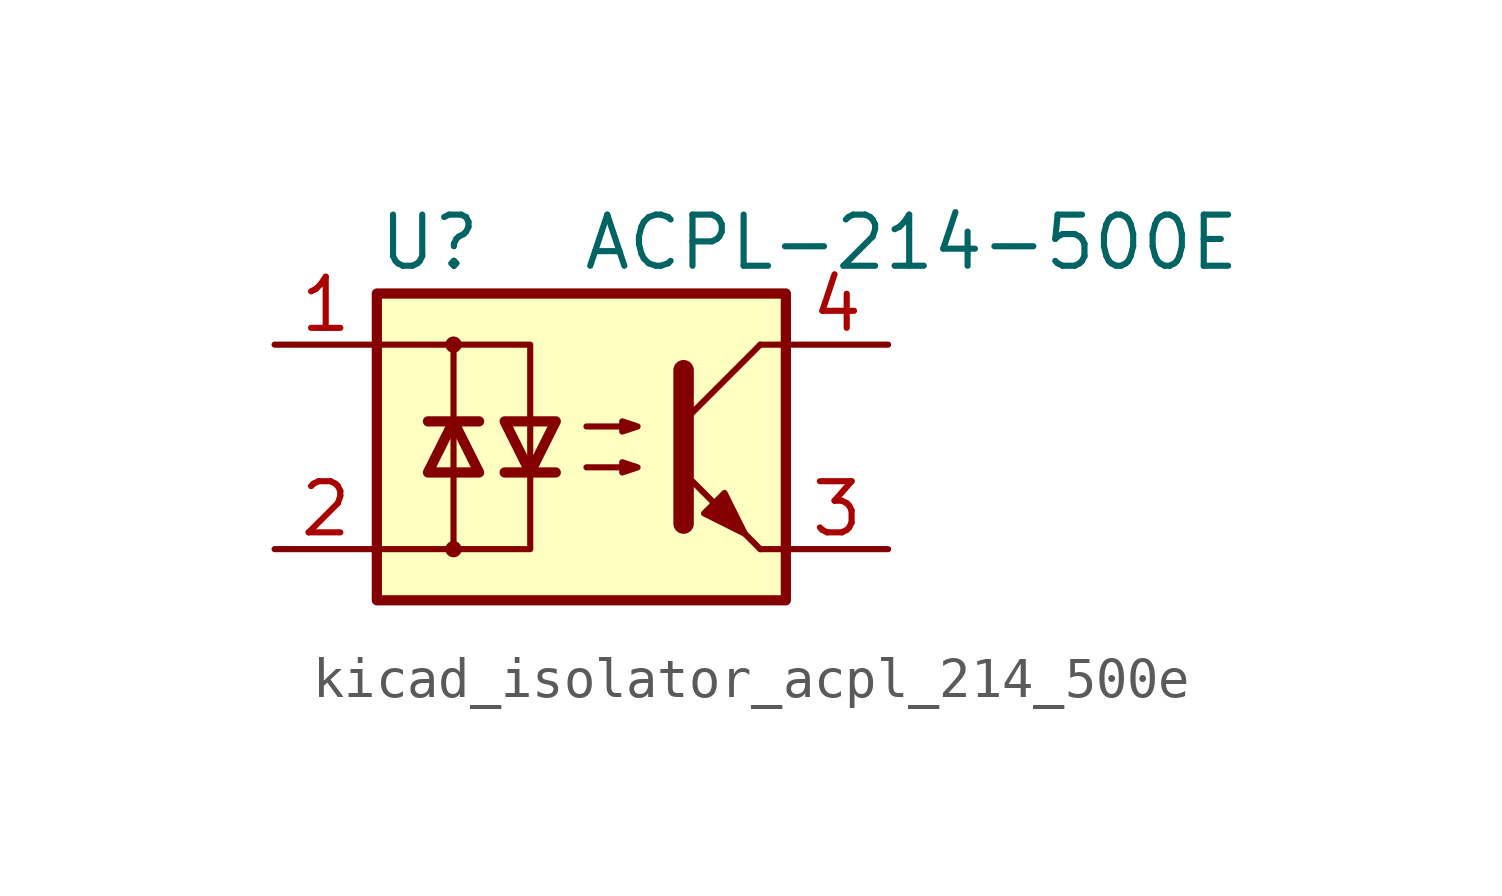
<source format=kicad_sym>
(kicad_symbol_lib
  (version 20220914)
  (generator kicad_symbol_editor)
  (symbol "kicad_isolator_acpl_214_500e"
    (pin_names
      (offset 1.016))
    (property "Reference" "U"
      (at -5.08 5.08 0)
      (effects (font (size 1.27 1.27)) (justify left)))
    (property "Value" "ACPL-214-500E"
      (at 0 5.08 0)
      (effects (font (size 1.27 1.27)) (justify left)))
    (symbol "kicad_isolator_acpl_214_500e_0_1"
      (rectangle (start -5.08 3.81) (end 5.08 -3.81) (stroke (width 0.254) (type default)) (fill (type background)))
      (circle (center -3.175 -2.54) (radius 0.127) (stroke (width 0) (type default)) (fill (type none)))
      (circle (center -3.175 2.54) (radius 0.127) (stroke (width 0) (type default)) (fill (type none)))
      (polyline (pts (xy -3.81 0.635) (xy -2.54 0.635)) (stroke (width 0.254) (type default)) (fill (type none)))
      (polyline (pts (xy -3.175 -0.635) (xy -3.175 -2.54)) (stroke (width 0) (type default)) (fill (type none)))
      (polyline (pts (xy -3.175 -0.635) (xy -3.175 2.54)) (stroke (width 0) (type default)) (fill (type none)))
      (polyline (pts (xy -1.905 -0.635) (xy -0.635 -0.635)) (stroke (width 0.254) (type default)) (fill (type none)))
      (polyline (pts (xy 2.54 0.635) (xy 4.445 2.54)) (stroke (width 0) (type default)) (fill (type none)))
      (polyline (pts (xy 4.445 -2.54) (xy 2.54 -0.635)) (stroke (width 0) (type default)) (fill (type outline)))
      (polyline (pts (xy 4.445 -2.54) (xy 5.08 -2.54)) (stroke (width 0) (type default)) (fill (type none)))
      (polyline (pts (xy 4.445 2.54) (xy 5.08 2.54)) (stroke (width 0) (type default)) (fill (type none)))
      (polyline (pts (xy -5.08 2.54) (xy -1.27 2.54) (xy -1.27 -0.635)) (stroke (width 0) (type default)) (fill (type none)))
      (polyline (pts (xy -1.27 -0.635) (xy -1.27 -2.54) (xy -5.08 -2.54)) (stroke (width 0) (type default)) (fill (type none)))
      (polyline (pts (xy 2.54 1.905) (xy 2.54 -1.905) (xy 2.54 -1.905)) (stroke (width 0.508) (type default)) (fill (type none)))
      (polyline (pts (xy -3.175 0.635) (xy -3.81 -0.635) (xy -2.54 -0.635) (xy -3.175 0.635)) (stroke (width 0.254) (type default)) (fill (type none)))
      (polyline (pts (xy -1.27 -0.635) (xy -1.905 0.635) (xy -0.635 0.635) (xy -1.27 -0.635)) (stroke (width 0.254) (type default)) (fill (type none)))
      (polyline (pts (xy 0.127 -0.508) (xy 1.397 -0.508) (xy 1.016 -0.635) (xy 1.016 -0.381) (xy 1.397 -0.508)) (stroke (width 0) (type default)) (fill (type none)))
      (polyline (pts (xy 0.127 0.508) (xy 1.397 0.508) (xy 1.016 0.381) (xy 1.016 0.635) (xy 1.397 0.508)) (stroke (width 0) (type default)) (fill (type none)))
      (polyline (pts (xy 3.048 -1.651) (xy 3.556 -1.143) (xy 4.064 -2.159) (xy 3.048 -1.651) (xy 3.048 -1.651)) (stroke (width 0) (type default)) (fill (type outline))))
    (symbol "kicad_isolator_acpl_214_500e_1_1"
      (pin passive line (at -7.62 2.54 0) (length 2.54) (name "~" (effects (font (size 1.27 1.27)))) (number "1" (effects (font (size 1.27 1.27)))))
      (pin passive line (at -7.62 -2.54 0) (length 2.54) (name "~" (effects (font (size 1.27 1.27)))) (number "2" (effects (font (size 1.27 1.27)))))
      (pin passive line (at 7.62 -2.54 180) (length 2.54) (name "~" (effects (font (size 1.27 1.27)))) (number "3" (effects (font (size 1.27 1.27)))))
      (pin passive line (at 7.62 2.54 180) (length 2.54) (name "~" (effects (font (size 1.27 1.27)))) (number "4" (effects (font (size 1.27 1.27))))))))
</source>
